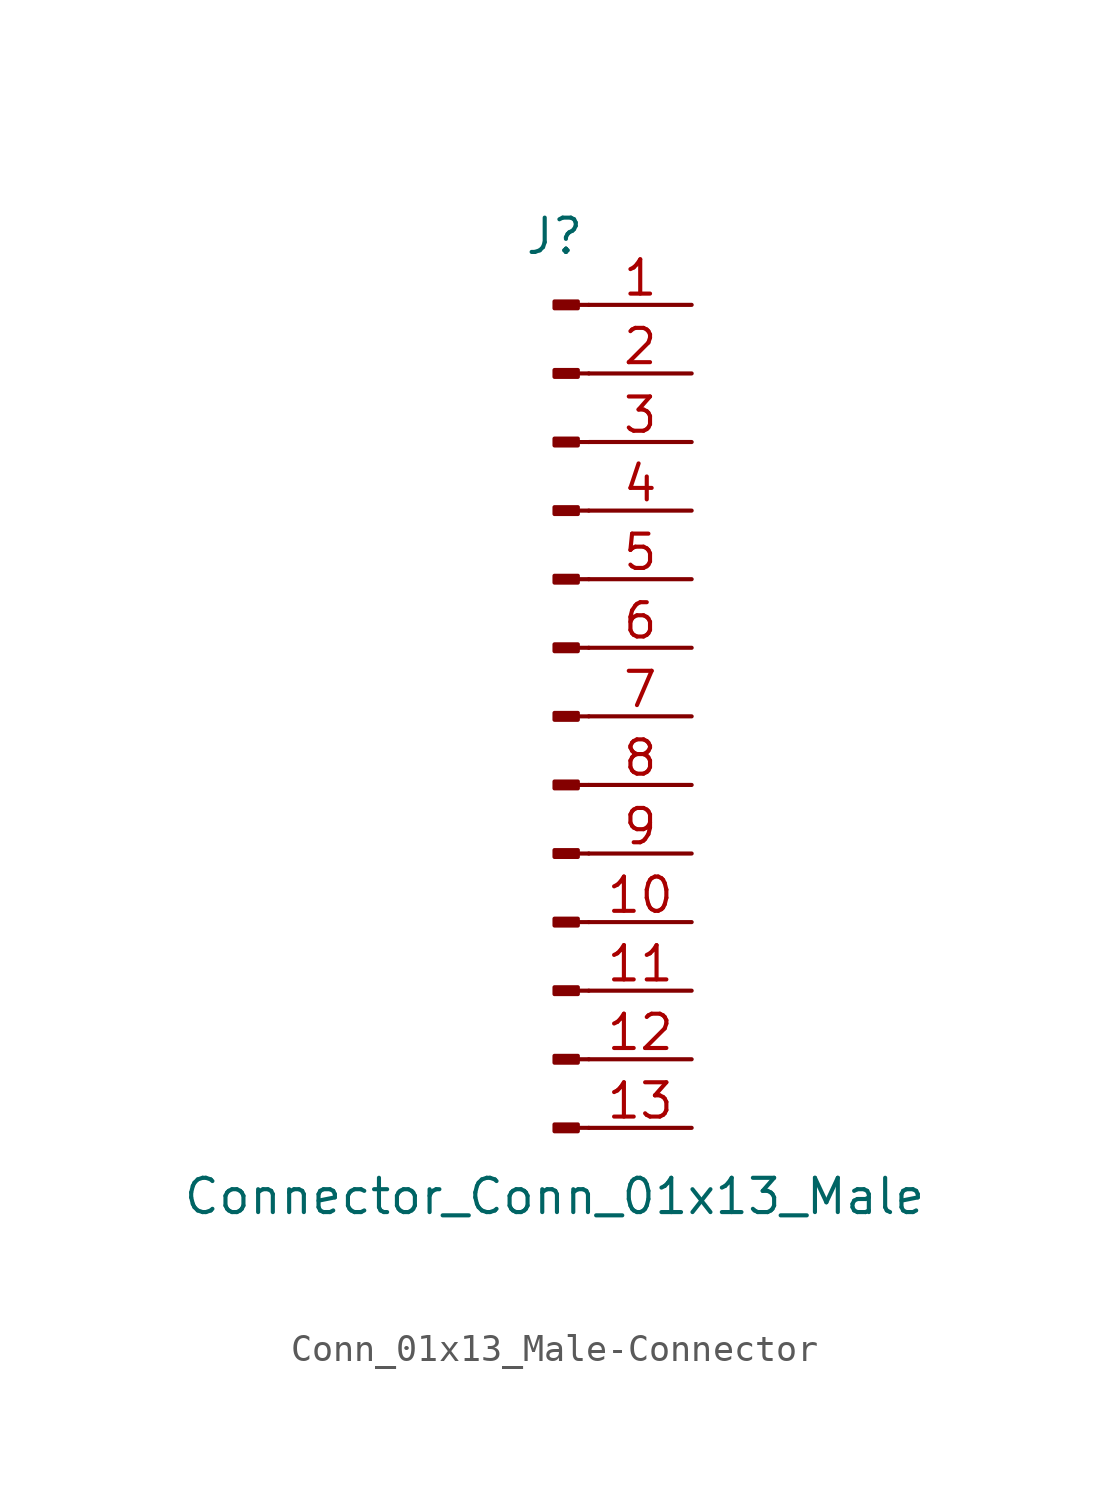
<source format=kicad_sym>
(kicad_symbol_lib
  (version 20220914)
  (generator kicad_symbol_editor)
  (symbol "Conn_01x13_Male-Connector"
    (pin_names
      (offset 1.016) hide)
    (property "Reference" "J"
      (at 0 17.78 0)
      (effects (font (size 1.27 1.27))))
    (property "Value" "Connector_Conn_01x13_Male"
      (at 0 -17.78 0)
      (effects (font (size 1.27 1.27))))
    (symbol "Conn_01x13_Male-Connector_1_1"
      (polyline (pts (xy 1.27 -15.24) (xy 0.864 -15.24)) (stroke (width 0.152) (type solid)) (fill (type none)))
      (polyline (pts (xy 1.27 -12.7) (xy 0.864 -12.7)) (stroke (width 0.152) (type solid)) (fill (type none)))
      (polyline (pts (xy 1.27 -10.16) (xy 0.864 -10.16)) (stroke (width 0.152) (type solid)) (fill (type none)))
      (polyline (pts (xy 1.27 -7.62) (xy 0.864 -7.62)) (stroke (width 0.152) (type solid)) (fill (type none)))
      (polyline (pts (xy 1.27 -5.08) (xy 0.864 -5.08)) (stroke (width 0.152) (type solid)) (fill (type none)))
      (polyline (pts (xy 1.27 -2.54) (xy 0.864 -2.54)) (stroke (width 0.152) (type solid)) (fill (type none)))
      (polyline (pts (xy 1.27 0) (xy 0.864 0)) (stroke (width 0.152) (type solid)) (fill (type none)))
      (polyline (pts (xy 1.27 2.54) (xy 0.864 2.54)) (stroke (width 0.152) (type solid)) (fill (type none)))
      (polyline (pts (xy 1.27 5.08) (xy 0.864 5.08)) (stroke (width 0.152) (type solid)) (fill (type none)))
      (polyline (pts (xy 1.27 7.62) (xy 0.864 7.62)) (stroke (width 0.152) (type solid)) (fill (type none)))
      (polyline (pts (xy 1.27 10.16) (xy 0.864 10.16)) (stroke (width 0.152) (type solid)) (fill (type none)))
      (polyline (pts (xy 1.27 12.7) (xy 0.864 12.7)) (stroke (width 0.152) (type solid)) (fill (type none)))
      (polyline (pts (xy 1.27 15.24) (xy 0.864 15.24)) (stroke (width 0.152) (type solid)) (fill (type none)))
      (rectangle (start 0.864 -15.113) (end 0 -15.367) (stroke (width 0.152) (type solid)) (fill (type outline)))
      (rectangle (start 0.864 -12.573) (end 0 -12.827) (stroke (width 0.152) (type solid)) (fill (type outline)))
      (rectangle (start 0.864 -10.033) (end 0 -10.287) (stroke (width 0.152) (type solid)) (fill (type outline)))
      (rectangle (start 0.864 -7.493) (end 0 -7.747) (stroke (width 0.152) (type solid)) (fill (type outline)))
      (rectangle (start 0.864 -4.953) (end 0 -5.207) (stroke (width 0.152) (type solid)) (fill (type outline)))
      (rectangle (start 0.864 -2.413) (end 0 -2.667) (stroke (width 0.152) (type solid)) (fill (type outline)))
      (rectangle (start 0.864 0.127) (end 0 -0.127) (stroke (width 0.152) (type solid)) (fill (type outline)))
      (rectangle (start 0.864 2.667) (end 0 2.413) (stroke (width 0.152) (type solid)) (fill (type outline)))
      (rectangle (start 0.864 5.207) (end 0 4.953) (stroke (width 0.152) (type solid)) (fill (type outline)))
      (rectangle (start 0.864 7.747) (end 0 7.493) (stroke (width 0.152) (type solid)) (fill (type outline)))
      (rectangle (start 0.864 10.287) (end 0 10.033) (stroke (width 0.152) (type solid)) (fill (type outline)))
      (rectangle (start 0.864 12.827) (end 0 12.573) (stroke (width 0.152) (type solid)) (fill (type outline)))
      (rectangle (start 0.864 15.367) (end 0 15.113) (stroke (width 0.152) (type solid)) (fill (type outline)))
      (pin passive line (at 5.08 15.24 180) (length 3.81) (name "Pin_1" (effects (font (size 1.27 1.27)))) (number "1" (effects (font (size 1.27 1.27)))))
      (pin passive line (at 5.08 -7.62 180) (length 3.81) (name "Pin_10" (effects (font (size 1.27 1.27)))) (number "10" (effects (font (size 1.27 1.27)))))
      (pin passive line (at 5.08 -10.16 180) (length 3.81) (name "Pin_11" (effects (font (size 1.27 1.27)))) (number "11" (effects (font (size 1.27 1.27)))))
      (pin passive line (at 5.08 -12.7 180) (length 3.81) (name "Pin_12" (effects (font (size 1.27 1.27)))) (number "12" (effects (font (size 1.27 1.27)))))
      (pin passive line (at 5.08 -15.24 180) (length 3.81) (name "Pin_13" (effects (font (size 1.27 1.27)))) (number "13" (effects (font (size 1.27 1.27)))))
      (pin passive line (at 5.08 12.7 180) (length 3.81) (name "Pin_2" (effects (font (size 1.27 1.27)))) (number "2" (effects (font (size 1.27 1.27)))))
      (pin passive line (at 5.08 10.16 180) (length 3.81) (name "Pin_3" (effects (font (size 1.27 1.27)))) (number "3" (effects (font (size 1.27 1.27)))))
      (pin passive line (at 5.08 7.62 180) (length 3.81) (name "Pin_4" (effects (font (size 1.27 1.27)))) (number "4" (effects (font (size 1.27 1.27)))))
      (pin passive line (at 5.08 5.08 180) (length 3.81) (name "Pin_5" (effects (font (size 1.27 1.27)))) (number "5" (effects (font (size 1.27 1.27)))))
      (pin passive line (at 5.08 2.54 180) (length 3.81) (name "Pin_6" (effects (font (size 1.27 1.27)))) (number "6" (effects (font (size 1.27 1.27)))))
      (pin passive line (at 5.08 0 180) (length 3.81) (name "Pin_7" (effects (font (size 1.27 1.27)))) (number "7" (effects (font (size 1.27 1.27)))))
      (pin passive line (at 5.08 -2.54 180) (length 3.81) (name "Pin_8" (effects (font (size 1.27 1.27)))) (number "8" (effects (font (size 1.27 1.27)))))
      (pin passive line (at 5.08 -5.08 180) (length 3.81) (name "Pin_9" (effects (font (size 1.27 1.27)))) (number "9" (effects (font (size 1.27 1.27))))))))
</source>
